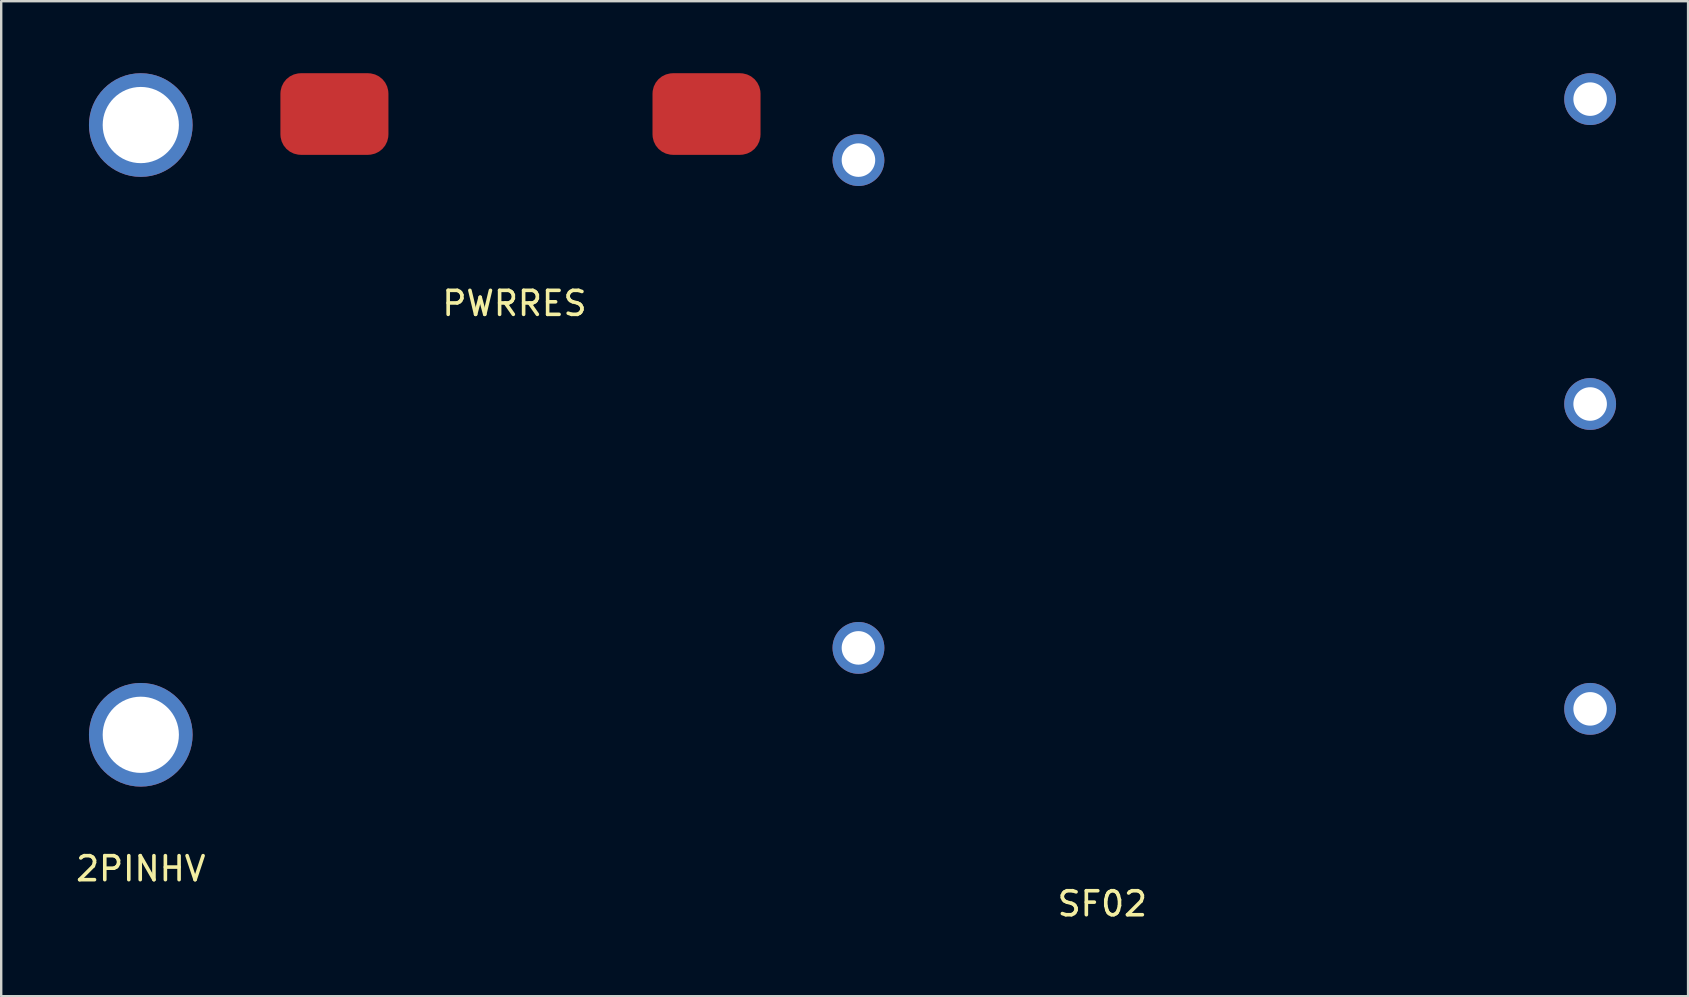
<source format=kicad_pcb>
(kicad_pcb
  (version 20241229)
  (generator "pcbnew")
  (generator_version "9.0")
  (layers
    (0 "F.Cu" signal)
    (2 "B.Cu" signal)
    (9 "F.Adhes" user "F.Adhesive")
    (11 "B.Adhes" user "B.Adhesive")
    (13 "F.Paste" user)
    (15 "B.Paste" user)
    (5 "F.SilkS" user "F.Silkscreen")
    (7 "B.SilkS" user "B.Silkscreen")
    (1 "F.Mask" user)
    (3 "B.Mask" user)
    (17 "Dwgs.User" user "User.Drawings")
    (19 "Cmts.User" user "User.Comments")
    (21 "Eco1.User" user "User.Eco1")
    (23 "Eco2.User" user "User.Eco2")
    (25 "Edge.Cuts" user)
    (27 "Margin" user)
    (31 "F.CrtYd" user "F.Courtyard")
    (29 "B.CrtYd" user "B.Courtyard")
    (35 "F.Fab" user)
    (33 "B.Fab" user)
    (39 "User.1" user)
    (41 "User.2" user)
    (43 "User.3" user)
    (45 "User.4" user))
  (footprint "PWRRES"
    (layer "F.Cu")
    (at 16.381 10.59)
    (property "Reference" "PWRRES" (at 2 -1 0) (layer "F.SilkS") (effects (font (size 1 1) (thickness 0.15))))
    (attr through_hole)
    (pad "1" smd roundrect (at -5.5 -8.89) (size 4.5 3.4) (layers "F.Cu" "F.Mask" "F.Paste") (roundrect_rratio 0.25))
    (pad "2" smd roundrect (at 10 -8.89) (size 4.5 3.4) (layers "F.Cu" "F.Mask" "F.Paste") (roundrect_rratio 0.25)))
  (footprint "2PINHV"
    (layer "F.Cu")
    (at 2.815 32.639)
    (property "Reference" "2PINHV" (at 0 0.5 0) (layer "F.SilkS") (effects (font (size 1 1) (thickness 0.15))))
    (attr through_hole)
    (pad "1" thru_hole circle (at 0 -5.08) (size 4.318 4.318) (drill 3.175) (layers "*.Cu" "*.Mask"))
    (pad "2" thru_hole circle (at 0 -30.48) (size 4.318 4.318) (drill 3.175) (layers "*.Cu" "*.Mask")))
  (footprint "SF02"
    (layer "F.Cu")
    (at 42.87 34.099)
    (property "Reference" "SF02" (at 0 0.5 0) (layer "F.SilkS") (effects (font (size 1 1) (thickness 0.15))))
    (attr through_hole)
    (pad "1" thru_hole circle (at -10.16 -10.16) (size 2.159 2.159) (drill 1.397) (layers "*.Cu" "*.Mask"))
    (pad "2" thru_hole circle (at -10.16 -30.48) (size 2.159 2.159) (drill 1.397) (layers "*.Cu" "*.Mask"))
    (pad "3" thru_hole circle (at 20.32 -7.62) (size 2.159 2.159) (drill 1.397) (layers "*.Cu" "*.Mask"))
    (pad "4" thru_hole circle (at 20.32 -33.02) (size 2.159 2.159) (drill 1.397) (layers "*.Cu" "*.Mask"))
    (pad "5" thru_hole circle (at 20.32 -20.32) (size 2.159 2.159) (drill 1.397) (layers "*.Cu" "*.Mask")))
  (gr_rect
    (start -3 -3)
    (end 67.27 38.448)
    (stroke (width 0.1) (type default))
    (fill no)
    (layer "Edge.Cuts")))
</source>
